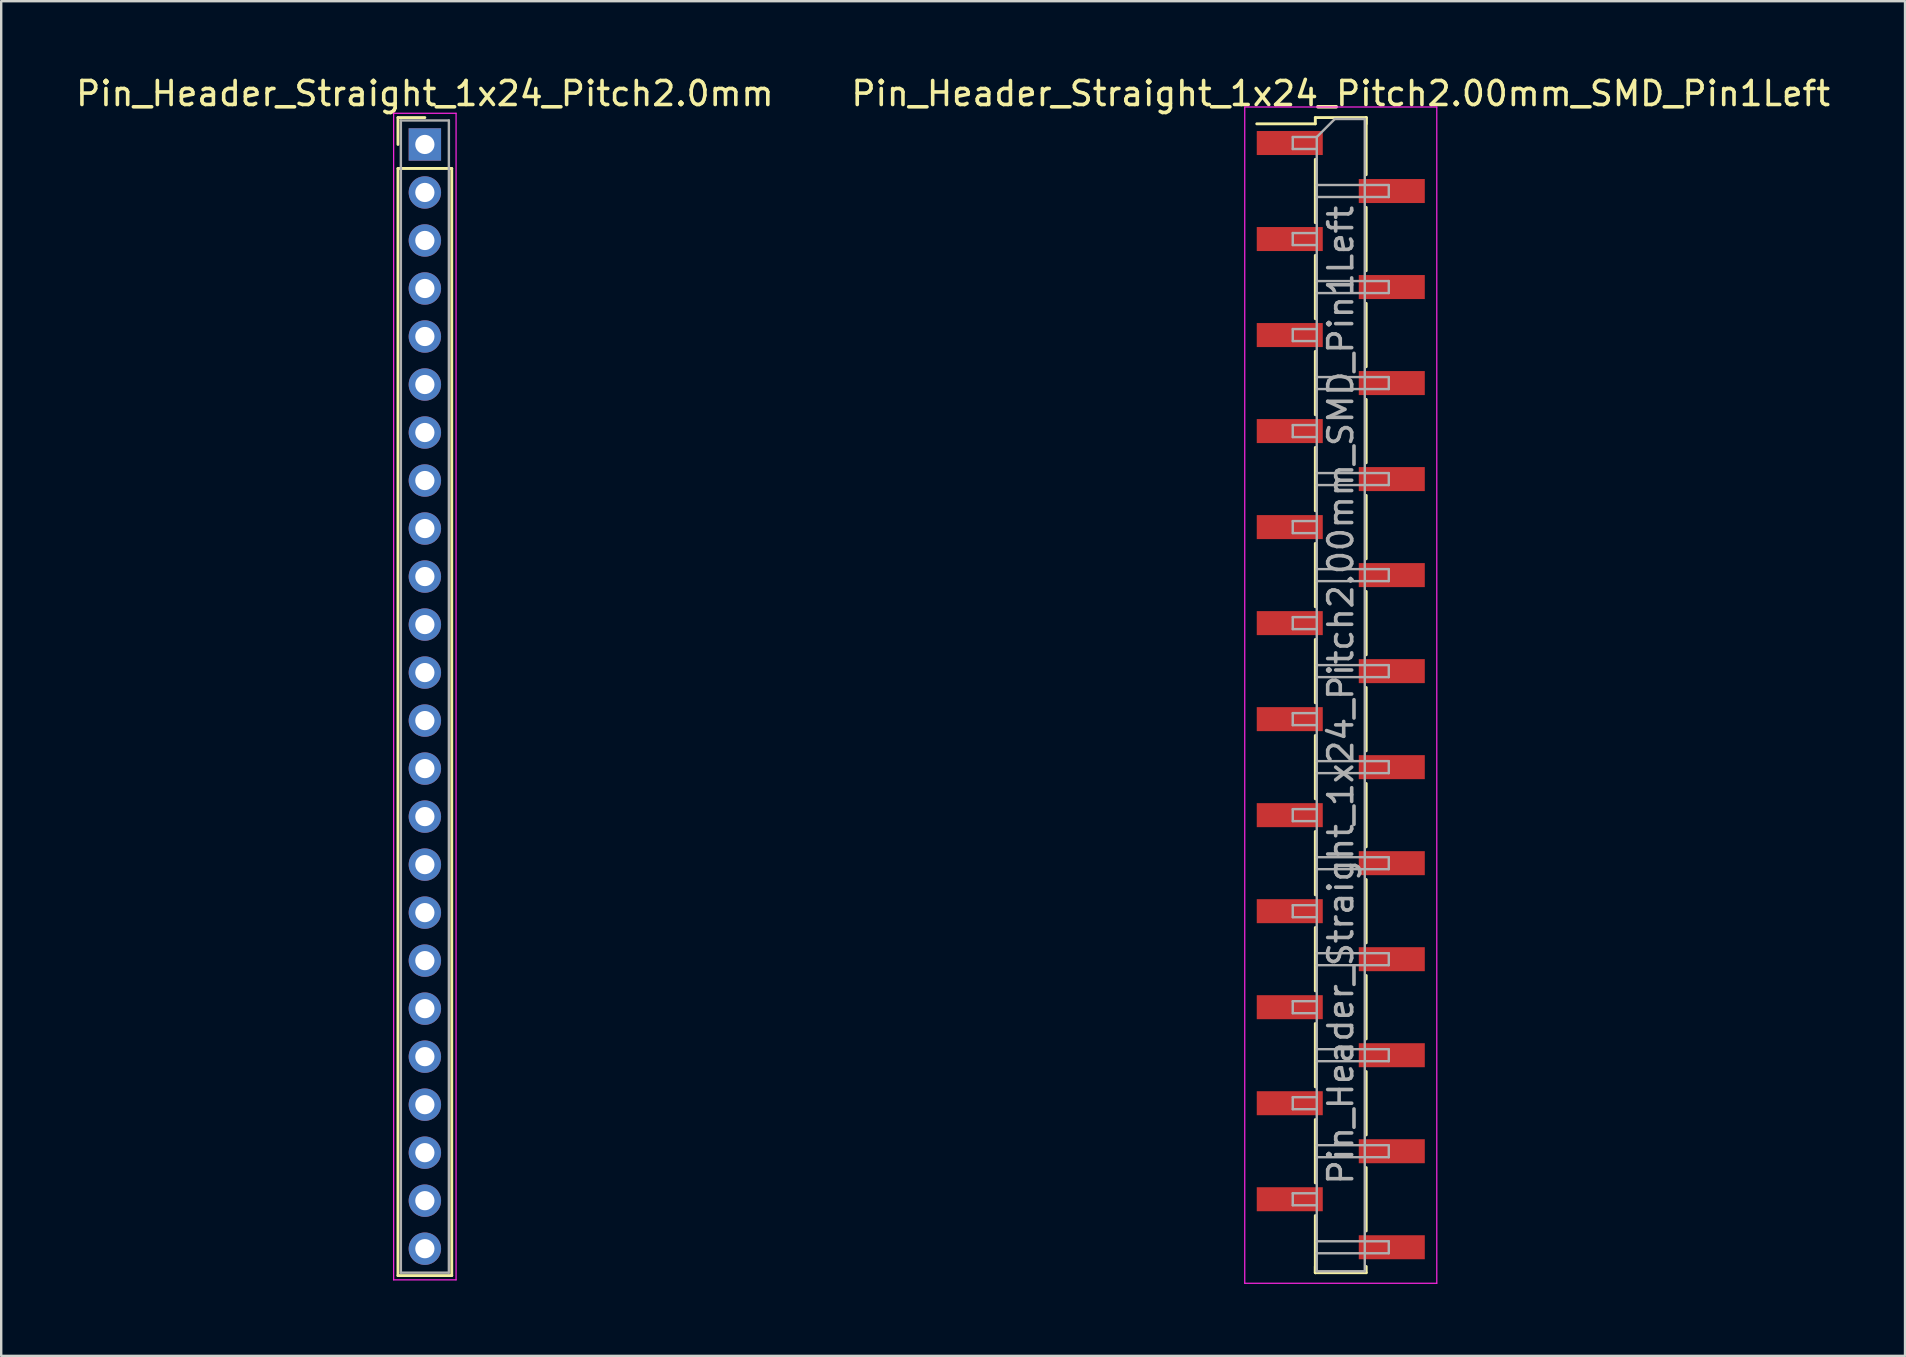
<source format=kicad_pcb>
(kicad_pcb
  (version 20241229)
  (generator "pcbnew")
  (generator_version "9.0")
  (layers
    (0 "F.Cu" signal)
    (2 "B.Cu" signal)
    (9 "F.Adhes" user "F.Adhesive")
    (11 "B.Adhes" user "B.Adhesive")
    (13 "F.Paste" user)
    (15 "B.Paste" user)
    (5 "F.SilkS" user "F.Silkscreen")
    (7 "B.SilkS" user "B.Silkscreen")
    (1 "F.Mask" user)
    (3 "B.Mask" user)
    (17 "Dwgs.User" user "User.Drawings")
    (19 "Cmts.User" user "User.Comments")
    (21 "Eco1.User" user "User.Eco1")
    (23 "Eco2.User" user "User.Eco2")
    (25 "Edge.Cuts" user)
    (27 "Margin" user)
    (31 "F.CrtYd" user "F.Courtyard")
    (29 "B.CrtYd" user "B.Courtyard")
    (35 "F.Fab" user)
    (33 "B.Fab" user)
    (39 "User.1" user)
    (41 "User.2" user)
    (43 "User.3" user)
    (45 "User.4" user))
  (footprint "Pin_Header_Straight_1x24_Pitch2.00mm_SMD_Pin1Left"
    (layer "F.Cu")
    (at 52.804 25.908)
    (property "Reference" "Pin_Header_Straight_1x24_Pitch2.00mm_SMD_Pin1Left" (at 0 -25.06 0) (layer "F.SilkS") (effects (font (size 1 1) (thickness 0.15))))
    (attr smd)
    (fp_line (start -1.06 -24.06) (end 1.06 -24.06) (stroke (width 0.12) (type solid)) (layer "F.SilkS"))
    (fp_line (start -1.06 -23.8) (end -3.5 -23.8) (stroke (width 0.12) (type solid)) (layer "F.SilkS"))
    (fp_line (start -1.06 -23.8) (end -1.06 -24.06) (stroke (width 0.12) (type solid)) (layer "F.SilkS"))
    (fp_line (start -1.06 -22.32) (end -1.06 -19.68) (stroke (width 0.12) (type solid)) (layer "F.SilkS"))
    (fp_line (start -1.06 -18.32) (end -1.06 -15.68) (stroke (width 0.12) (type solid)) (layer "F.SilkS"))
    (fp_line (start -1.06 -14.32) (end -1.06 -11.68) (stroke (width 0.12) (type solid)) (layer "F.SilkS"))
    (fp_line (start -1.06 -10.32) (end -1.06 -7.68) (stroke (width 0.12) (type solid)) (layer "F.SilkS"))
    (fp_line (start -1.06 -6.32) (end -1.06 -3.68) (stroke (width 0.12) (type solid)) (layer "F.SilkS"))
    (fp_line (start -1.06 -2.32) (end -1.06 0.32) (stroke (width 0.12) (type solid)) (layer "F.SilkS"))
    (fp_line (start -1.06 1.68) (end -1.06 4.32) (stroke (width 0.12) (type solid)) (layer "F.SilkS"))
    (fp_line (start -1.06 5.68) (end -1.06 8.32) (stroke (width 0.12) (type solid)) (layer "F.SilkS"))
    (fp_line (start -1.06 9.68) (end -1.06 12.32) (stroke (width 0.12) (type solid)) (layer "F.SilkS"))
    (fp_line (start -1.06 13.68) (end -1.06 16.32) (stroke (width 0.12) (type solid)) (layer "F.SilkS"))
    (fp_line (start -1.06 17.68) (end -1.06 20.32) (stroke (width 0.12) (type solid)) (layer "F.SilkS"))
    (fp_line (start -1.06 21.68) (end -1.06 24.06) (stroke (width 0.12) (type solid)) (layer "F.SilkS"))
    (fp_line (start -1.06 23.8) (end -1.06 24.06) (stroke (width 0.12) (type solid)) (layer "F.SilkS"))
    (fp_line (start -1.06 24.06) (end 1.06 24.06) (stroke (width 0.12) (type solid)) (layer "F.SilkS"))
    (fp_line (start 1.06 -24.06) (end 1.06 -23.8) (stroke (width 0.12) (type solid)) (layer "F.SilkS"))
    (fp_line (start 1.06 -24.06) (end 1.06 -21.68) (stroke (width 0.12) (type solid)) (layer "F.SilkS"))
    (fp_line (start 1.06 -20.32) (end 1.06 -17.68) (stroke (width 0.12) (type solid)) (layer "F.SilkS"))
    (fp_line (start 1.06 -16.32) (end 1.06 -13.68) (stroke (width 0.12) (type solid)) (layer "F.SilkS"))
    (fp_line (start 1.06 -12.32) (end 1.06 -9.68) (stroke (width 0.12) (type solid)) (layer "F.SilkS"))
    (fp_line (start 1.06 -8.32) (end 1.06 -5.68) (stroke (width 0.12) (type solid)) (layer "F.SilkS"))
    (fp_line (start 1.06 -4.32) (end 1.06 -1.68) (stroke (width 0.12) (type solid)) (layer "F.SilkS"))
    (fp_line (start 1.06 -0.32) (end 1.06 2.32) (stroke (width 0.12) (type solid)) (layer "F.SilkS"))
    (fp_line (start 1.06 3.68) (end 1.06 6.32) (stroke (width 0.12) (type solid)) (layer "F.SilkS"))
    (fp_line (start 1.06 7.68) (end 1.06 10.32) (stroke (width 0.12) (type solid)) (layer "F.SilkS"))
    (fp_line (start 1.06 11.68) (end 1.06 14.32) (stroke (width 0.12) (type solid)) (layer "F.SilkS"))
    (fp_line (start 1.06 15.68) (end 1.06 18.32) (stroke (width 0.12) (type solid)) (layer "F.SilkS"))
    (fp_line (start 1.06 19.68) (end 1.06 22.32) (stroke (width 0.12) (type solid)) (layer "F.SilkS"))
    (fp_line (start 1.06 24.06) (end 1.06 23.8) (stroke (width 0.12) (type solid)) (layer "F.SilkS"))
    (fp_line (start -4 -24.5) (end -4 24.5) (stroke (width 0.05) (type solid)) (layer "F.CrtYd"))
    (fp_line (start -4 24.5) (end 4 24.5) (stroke (width 0.05) (type solid)) (layer "F.CrtYd"))
    (fp_line (start 4 -24.5) (end -4 -24.5) (stroke (width 0.05) (type solid)) (layer "F.CrtYd"))
    (fp_line (start 4 24.5) (end 4 -24.5) (stroke (width 0.05) (type solid)) (layer "F.CrtYd"))
    (fp_line (start -2 -23.25) (end -2 -22.75) (stroke (width 0.1) (type solid)) (layer "F.Fab"))
    (fp_line (start -2 -22.75) (end -1 -22.75) (stroke (width 0.1) (type solid)) (layer "F.Fab"))
    (fp_line (start -2 -19.25) (end -2 -18.75) (stroke (width 0.1) (type solid)) (layer "F.Fab"))
    (fp_line (start -2 -18.75) (end -1 -18.75) (stroke (width 0.1) (type solid)) (layer "F.Fab"))
    (fp_line (start -2 -15.25) (end -2 -14.75) (stroke (width 0.1) (type solid)) (layer "F.Fab"))
    (fp_line (start -2 -14.75) (end -1 -14.75) (stroke (width 0.1) (type solid)) (layer "F.Fab"))
    (fp_line (start -2 -11.25) (end -2 -10.75) (stroke (width 0.1) (type solid)) (layer "F.Fab"))
    (fp_line (start -2 -10.75) (end -1 -10.75) (stroke (width 0.1) (type solid)) (layer "F.Fab"))
    (fp_line (start -2 -7.25) (end -2 -6.75) (stroke (width 0.1) (type solid)) (layer "F.Fab"))
    (fp_line (start -2 -6.75) (end -1 -6.75) (stroke (width 0.1) (type solid)) (layer "F.Fab"))
    (fp_line (start -2 -3.25) (end -2 -2.75) (stroke (width 0.1) (type solid)) (layer "F.Fab"))
    (fp_line (start -2 -2.75) (end -1 -2.75) (stroke (width 0.1) (type solid)) (layer "F.Fab"))
    (fp_line (start -2 0.75) (end -2 1.25) (stroke (width 0.1) (type solid)) (layer "F.Fab"))
    (fp_line (start -2 1.25) (end -1 1.25) (stroke (width 0.1) (type solid)) (layer "F.Fab"))
    (fp_line (start -2 4.75) (end -2 5.25) (stroke (width 0.1) (type solid)) (layer "F.Fab"))
    (fp_line (start -2 5.25) (end -1 5.25) (stroke (width 0.1) (type solid)) (layer "F.Fab"))
    (fp_line (start -2 8.75) (end -2 9.25) (stroke (width 0.1) (type solid)) (layer "F.Fab"))
    (fp_line (start -2 9.25) (end -1 9.25) (stroke (width 0.1) (type solid)) (layer "F.Fab"))
    (fp_line (start -2 12.75) (end -2 13.25) (stroke (width 0.1) (type solid)) (layer "F.Fab"))
    (fp_line (start -2 13.25) (end -1 13.25) (stroke (width 0.1) (type solid)) (layer "F.Fab"))
    (fp_line (start -2 16.75) (end -2 17.25) (stroke (width 0.1) (type solid)) (layer "F.Fab"))
    (fp_line (start -2 17.25) (end -1 17.25) (stroke (width 0.1) (type solid)) (layer "F.Fab"))
    (fp_line (start -2 20.75) (end -2 21.25) (stroke (width 0.1) (type solid)) (layer "F.Fab"))
    (fp_line (start -2 21.25) (end -1 21.25) (stroke (width 0.1) (type solid)) (layer "F.Fab"))
    (fp_line (start -1 -23.25) (end -2 -23.25) (stroke (width 0.1) (type solid)) (layer "F.Fab"))
    (fp_line (start -1 -23.25) (end -0.25 -24) (stroke (width 0.1) (type solid)) (layer "F.Fab"))
    (fp_line (start -1 -21.25) (end 2 -21.25) (stroke (width 0.1) (type solid)) (layer "F.Fab"))
    (fp_line (start -1 -19.25) (end -2 -19.25) (stroke (width 0.1) (type solid)) (layer "F.Fab"))
    (fp_line (start -1 -17.25) (end 2 -17.25) (stroke (width 0.1) (type solid)) (layer "F.Fab"))
    (fp_line (start -1 -15.25) (end -2 -15.25) (stroke (width 0.1) (type solid)) (layer "F.Fab"))
    (fp_line (start -1 -13.25) (end 2 -13.25) (stroke (width 0.1) (type solid)) (layer "F.Fab"))
    (fp_line (start -1 -11.25) (end -2 -11.25) (stroke (width 0.1) (type solid)) (layer "F.Fab"))
    (fp_line (start -1 -9.25) (end 2 -9.25) (stroke (width 0.1) (type solid)) (layer "F.Fab"))
    (fp_line (start -1 -7.25) (end -2 -7.25) (stroke (width 0.1) (type solid)) (layer "F.Fab"))
    (fp_line (start -1 -5.25) (end 2 -5.25) (stroke (width 0.1) (type solid)) (layer "F.Fab"))
    (fp_line (start -1 -3.25) (end -2 -3.25) (stroke (width 0.1) (type solid)) (layer "F.Fab"))
    (fp_line (start -1 -1.25) (end 2 -1.25) (stroke (width 0.1) (type solid)) (layer "F.Fab"))
    (fp_line (start -1 0.75) (end -2 0.75) (stroke (width 0.1) (type solid)) (layer "F.Fab"))
    (fp_line (start -1 2.75) (end 2 2.75) (stroke (width 0.1) (type solid)) (layer "F.Fab"))
    (fp_line (start -1 4.75) (end -2 4.75) (stroke (width 0.1) (type solid)) (layer "F.Fab"))
    (fp_line (start -1 6.75) (end 2 6.75) (stroke (width 0.1) (type solid)) (layer "F.Fab"))
    (fp_line (start -1 8.75) (end -2 8.75) (stroke (width 0.1) (type solid)) (layer "F.Fab"))
    (fp_line (start -1 10.75) (end 2 10.75) (stroke (width 0.1) (type solid)) (layer "F.Fab"))
    (fp_line (start -1 12.75) (end -2 12.75) (stroke (width 0.1) (type solid)) (layer "F.Fab"))
    (fp_line (start -1 14.75) (end 2 14.75) (stroke (width 0.1) (type solid)) (layer "F.Fab"))
    (fp_line (start -1 16.75) (end -2 16.75) (stroke (width 0.1) (type solid)) (layer "F.Fab"))
    (fp_line (start -1 18.75) (end 2 18.75) (stroke (width 0.1) (type solid)) (layer "F.Fab"))
    (fp_line (start -1 20.75) (end -2 20.75) (stroke (width 0.1) (type solid)) (layer "F.Fab"))
    (fp_line (start -1 22.75) (end 2 22.75) (stroke (width 0.1) (type solid)) (layer "F.Fab"))
    (fp_line (start -1 24) (end -1 -23.25) (stroke (width 0.1) (type solid)) (layer "F.Fab"))
    (fp_line (start -0.25 -24) (end 1 -24) (stroke (width 0.1) (type solid)) (layer "F.Fab"))
    (fp_line (start 1 -24) (end 1 24) (stroke (width 0.1) (type solid)) (layer "F.Fab"))
    (fp_line (start 1 24) (end -1 24) (stroke (width 0.1) (type solid)) (layer "F.Fab"))
    (fp_line (start 2 -21.25) (end 2 -20.75) (stroke (width 0.1) (type solid)) (layer "F.Fab"))
    (fp_line (start 2 -20.75) (end -1 -20.75) (stroke (width 0.1) (type solid)) (layer "F.Fab"))
    (fp_line (start 2 -17.25) (end 2 -16.75) (stroke (width 0.1) (type solid)) (layer "F.Fab"))
    (fp_line (start 2 -16.75) (end -1 -16.75) (stroke (width 0.1) (type solid)) (layer "F.Fab"))
    (fp_line (start 2 -13.25) (end 2 -12.75) (stroke (width 0.1) (type solid)) (layer "F.Fab"))
    (fp_line (start 2 -12.75) (end -1 -12.75) (stroke (width 0.1) (type solid)) (layer "F.Fab"))
    (fp_line (start 2 -9.25) (end 2 -8.75) (stroke (width 0.1) (type solid)) (layer "F.Fab"))
    (fp_line (start 2 -8.75) (end -1 -8.75) (stroke (width 0.1) (type solid)) (layer "F.Fab"))
    (fp_line (start 2 -5.25) (end 2 -4.75) (stroke (width 0.1) (type solid)) (layer "F.Fab"))
    (fp_line (start 2 -4.75) (end -1 -4.75) (stroke (width 0.1) (type solid)) (layer "F.Fab"))
    (fp_line (start 2 -1.25) (end 2 -0.75) (stroke (width 0.1) (type solid)) (layer "F.Fab"))
    (fp_line (start 2 -0.75) (end -1 -0.75) (stroke (width 0.1) (type solid)) (layer "F.Fab"))
    (fp_line (start 2 2.75) (end 2 3.25) (stroke (width 0.1) (type solid)) (layer "F.Fab"))
    (fp_line (start 2 3.25) (end -1 3.25) (stroke (width 0.1) (type solid)) (layer "F.Fab"))
    (fp_line (start 2 6.75) (end 2 7.25) (stroke (width 0.1) (type solid)) (layer "F.Fab"))
    (fp_line (start 2 7.25) (end -1 7.25) (stroke (width 0.1) (type solid)) (layer "F.Fab"))
    (fp_line (start 2 10.75) (end 2 11.25) (stroke (width 0.1) (type solid)) (layer "F.Fab"))
    (fp_line (start 2 11.25) (end -1 11.25) (stroke (width 0.1) (type solid)) (layer "F.Fab"))
    (fp_line (start 2 14.75) (end 2 15.25) (stroke (width 0.1) (type solid)) (layer "F.Fab"))
    (fp_line (start 2 15.25) (end -1 15.25) (stroke (width 0.1) (type solid)) (layer "F.Fab"))
    (fp_line (start 2 18.75) (end 2 19.25) (stroke (width 0.1) (type solid)) (layer "F.Fab"))
    (fp_line (start 2 19.25) (end -1 19.25) (stroke (width 0.1) (type solid)) (layer "F.Fab"))
    (fp_line (start 2 22.75) (end 2 23.25) (stroke (width 0.1) (type solid)) (layer "F.Fab"))
    (fp_line (start 2 23.25) (end -1 23.25) (stroke (width 0.1) (type solid)) (layer "F.Fab"))
    (fp_text user "${REFERENCE}" (at 0 0 90) (layer "F.Fab") (effects (font (size 1 1) (thickness 0.15))))
    (pad "1" smd rect (at -2.125 -23) (size 2.75 1) (layers "F.Cu" "F.Mask"))
    (pad "2" smd rect (at 2.125 -21) (size 2.75 1) (layers "F.Cu" "F.Mask"))
    (pad "3" smd rect (at -2.125 -19) (size 2.75 1) (layers "F.Cu" "F.Mask"))
    (pad "4" smd rect (at 2.125 -17) (size 2.75 1) (layers "F.Cu" "F.Mask"))
    (pad "5" smd rect (at -2.125 -15) (size 2.75 1) (layers "F.Cu" "F.Mask"))
    (pad "6" smd rect (at 2.125 -13) (size 2.75 1) (layers "F.Cu" "F.Mask"))
    (pad "7" smd rect (at -2.125 -11) (size 2.75 1) (layers "F.Cu" "F.Mask"))
    (pad "8" smd rect (at 2.125 -9) (size 2.75 1) (layers "F.Cu" "F.Mask"))
    (pad "9" smd rect (at -2.125 -7) (size 2.75 1) (layers "F.Cu" "F.Mask"))
    (pad "10" smd rect (at 2.125 -5) (size 2.75 1) (layers "F.Cu" "F.Mask"))
    (pad "11" smd rect (at -2.125 -3) (size 2.75 1) (layers "F.Cu" "F.Mask"))
    (pad "12" smd rect (at 2.125 -1) (size 2.75 1) (layers "F.Cu" "F.Mask"))
    (pad "13" smd rect (at -2.125 1) (size 2.75 1) (layers "F.Cu" "F.Mask"))
    (pad "14" smd rect (at 2.125 3) (size 2.75 1) (layers "F.Cu" "F.Mask"))
    (pad "15" smd rect (at -2.125 5) (size 2.75 1) (layers "F.Cu" "F.Mask"))
    (pad "16" smd rect (at 2.125 7) (size 2.75 1) (layers "F.Cu" "F.Mask"))
    (pad "17" smd rect (at -2.125 9) (size 2.75 1) (layers "F.Cu" "F.Mask"))
    (pad "18" smd rect (at 2.125 11) (size 2.75 1) (layers "F.Cu" "F.Mask"))
    (pad "19" smd rect (at -2.125 13) (size 2.75 1) (layers "F.Cu" "F.Mask"))
    (pad "20" smd rect (at 2.125 15) (size 2.75 1) (layers "F.Cu" "F.Mask"))
    (pad "21" smd rect (at -2.125 17) (size 2.75 1) (layers "F.Cu" "F.Mask"))
    (pad "22" smd rect (at 2.125 19) (size 2.75 1) (layers "F.Cu" "F.Mask"))
    (pad "23" smd rect (at -2.125 21) (size 2.75 1) (layers "F.Cu" "F.Mask"))
    (pad "24" smd rect (at 2.125 23) (size 2.75 1) (layers "F.Cu" "F.Mask")))
  (footprint "Pin_Header_Straight_1x24_Pitch2.0mm"
    (layer "F.Cu")
    (at 14.649 2.968)
    (property "Reference" "Pin_Header_Straight_1x24_Pitch2.0mm" (at 0 -2.12 0) (layer "F.SilkS") (effects (font (size 1 1) (thickness 0.15))))
    (attr through_hole)
    (fp_line (start -1.12 -1.12) (end 0 -1.12) (stroke (width 0.12) (type solid)) (layer "F.SilkS"))
    (fp_line (start -1.12 0) (end -1.12 -1.12) (stroke (width 0.12) (type solid)) (layer "F.SilkS"))
    (fp_line (start -1.12 1) (end -1.12 47.12) (stroke (width 0.12) (type solid)) (layer "F.SilkS"))
    (fp_line (start -1.12 47.12) (end 1.12 47.12) (stroke (width 0.12) (type solid)) (layer "F.SilkS"))
    (fp_line (start 1.12 1) (end -1.12 1) (stroke (width 0.12) (type solid)) (layer "F.SilkS"))
    (fp_line (start 1.12 47.12) (end 1.12 1) (stroke (width 0.12) (type solid)) (layer "F.SilkS"))
    (fp_line (start -1.3 -1.3) (end -1.3 47.3) (stroke (width 0.05) (type solid)) (layer "F.CrtYd"))
    (fp_line (start -1.3 47.3) (end 1.3 47.3) (stroke (width 0.05) (type solid)) (layer "F.CrtYd"))
    (fp_line (start 1.3 -1.3) (end -1.3 -1.3) (stroke (width 0.05) (type solid)) (layer "F.CrtYd"))
    (fp_line (start 1.3 47.3) (end 1.3 -1.3) (stroke (width 0.05) (type solid)) (layer "F.CrtYd"))
    (fp_line (start -1 -1) (end -1 47) (stroke (width 0.1) (type solid)) (layer "F.Fab"))
    (fp_line (start -1 47) (end 1 47) (stroke (width 0.1) (type solid)) (layer "F.Fab"))
    (fp_line (start 1 -1) (end -1 -1) (stroke (width 0.1) (type solid)) (layer "F.Fab"))
    (fp_line (start 1 47) (end 1 -1) (stroke (width 0.1) (type solid)) (layer "F.Fab"))
    (pad "1" thru_hole rect (at 0 0) (size 1.35 1.35) (drill 0.8) (layers "*.Cu" "*.Mask"))
    (pad "2" thru_hole oval (at 0 2) (size 1.35 1.35) (drill 0.8) (layers "*.Cu" "*.Mask"))
    (pad "3" thru_hole oval (at 0 4) (size 1.35 1.35) (drill 0.8) (layers "*.Cu" "*.Mask"))
    (pad "4" thru_hole oval (at 0 6) (size 1.35 1.35) (drill 0.8) (layers "*.Cu" "*.Mask"))
    (pad "5" thru_hole oval (at 0 8) (size 1.35 1.35) (drill 0.8) (layers "*.Cu" "*.Mask"))
    (pad "6" thru_hole oval (at 0 10) (size 1.35 1.35) (drill 0.8) (layers "*.Cu" "*.Mask"))
    (pad "7" thru_hole oval (at 0 12) (size 1.35 1.35) (drill 0.8) (layers "*.Cu" "*.Mask"))
    (pad "8" thru_hole oval (at 0 14) (size 1.35 1.35) (drill 0.8) (layers "*.Cu" "*.Mask"))
    (pad "9" thru_hole oval (at 0 16) (size 1.35 1.35) (drill 0.8) (layers "*.Cu" "*.Mask"))
    (pad "10" thru_hole oval (at 0 18) (size 1.35 1.35) (drill 0.8) (layers "*.Cu" "*.Mask"))
    (pad "11" thru_hole oval (at 0 20) (size 1.35 1.35) (drill 0.8) (layers "*.Cu" "*.Mask"))
    (pad "12" thru_hole oval (at 0 22) (size 1.35 1.35) (drill 0.8) (layers "*.Cu" "*.Mask"))
    (pad "13" thru_hole oval (at 0 24) (size 1.35 1.35) (drill 0.8) (layers "*.Cu" "*.Mask"))
    (pad "14" thru_hole oval (at 0 26) (size 1.35 1.35) (drill 0.8) (layers "*.Cu" "*.Mask"))
    (pad "15" thru_hole oval (at 0 28) (size 1.35 1.35) (drill 0.8) (layers "*.Cu" "*.Mask"))
    (pad "16" thru_hole oval (at 0 30) (size 1.35 1.35) (drill 0.8) (layers "*.Cu" "*.Mask"))
    (pad "17" thru_hole oval (at 0 32) (size 1.35 1.35) (drill 0.8) (layers "*.Cu" "*.Mask"))
    (pad "18" thru_hole oval (at 0 34) (size 1.35 1.35) (drill 0.8) (layers "*.Cu" "*.Mask"))
    (pad "19" thru_hole oval (at 0 36) (size 1.35 1.35) (drill 0.8) (layers "*.Cu" "*.Mask"))
    (pad "20" thru_hole oval (at 0 38) (size 1.35 1.35) (drill 0.8) (layers "*.Cu" "*.Mask"))
    (pad "21" thru_hole oval (at 0 40) (size 1.35 1.35) (drill 0.8) (layers "*.Cu" "*.Mask"))
    (pad "22" thru_hole oval (at 0 42) (size 1.35 1.35) (drill 0.8) (layers "*.Cu" "*.Mask"))
    (pad "23" thru_hole oval (at 0 44) (size 1.35 1.35) (drill 0.8) (layers "*.Cu" "*.Mask"))
    (pad "24" thru_hole oval (at 0 46) (size 1.35 1.35) (drill 0.8) (layers "*.Cu" "*.Mask")))
  (gr_rect
    (start -3 -3)
    (end 76.31 53.433)
    (stroke (width 0.1) (type default))
    (fill no)
    (layer "Edge.Cuts")))
</source>
